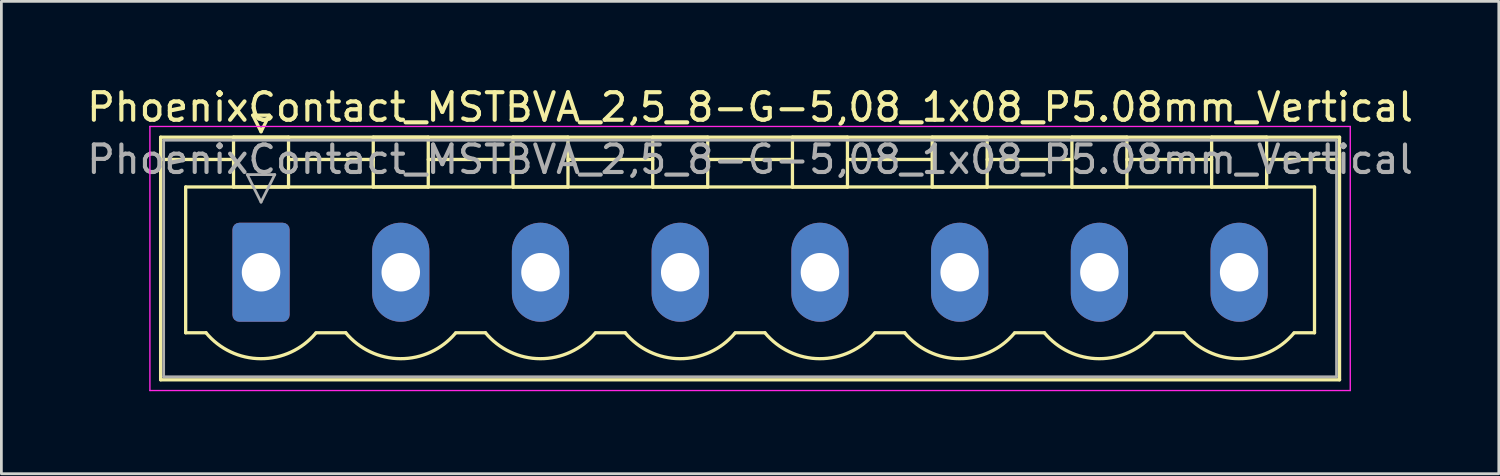
<source format=kicad_pcb>
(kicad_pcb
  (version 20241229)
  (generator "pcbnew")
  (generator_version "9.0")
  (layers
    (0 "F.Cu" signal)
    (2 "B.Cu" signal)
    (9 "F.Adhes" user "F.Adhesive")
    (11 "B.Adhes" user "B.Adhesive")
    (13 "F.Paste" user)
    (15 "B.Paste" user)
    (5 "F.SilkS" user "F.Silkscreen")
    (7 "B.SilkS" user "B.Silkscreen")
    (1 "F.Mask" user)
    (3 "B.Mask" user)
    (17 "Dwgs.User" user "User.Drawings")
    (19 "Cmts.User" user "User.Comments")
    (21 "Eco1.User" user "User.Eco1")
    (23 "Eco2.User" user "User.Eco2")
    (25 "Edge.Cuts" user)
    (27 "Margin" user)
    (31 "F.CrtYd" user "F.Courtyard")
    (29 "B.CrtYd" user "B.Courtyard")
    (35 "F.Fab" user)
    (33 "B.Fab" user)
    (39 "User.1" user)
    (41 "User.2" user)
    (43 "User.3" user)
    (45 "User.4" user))
  (footprint "PhoenixContact_MSTBVA_2,5_8-G-5,08_1x08_P5.08mm_Vertical"
    (layer "F.Cu")
    (at 6.44 6.848)
    (property "Reference" "PhoenixContact_MSTBVA_2,5_8-G-5,08_1x08_P5.08mm_Vertical" (at 17.78 -6 0) (layer "F.SilkS") (effects (font (size 1 1) (thickness 0.15))))
    (attr through_hole)
    (fp_line (start -3.65 -4.91) (end -3.65 3.91) (stroke (width 0.12) (type solid)) (layer "F.SilkS"))
    (fp_line (start -3.65 -4.1) (end -1.11 -4.1) (stroke (width 0.12) (type solid)) (layer "F.SilkS"))
    (fp_line (start -3.65 3.91) (end 39.21 3.91) (stroke (width 0.12) (type solid)) (layer "F.SilkS"))
    (fp_line (start -2.74 -3.1) (end 38.3 -3.1) (stroke (width 0.12) (type solid)) (layer "F.SilkS"))
    (fp_line (start -2.74 2.2) (end -2.74 -3.1) (stroke (width 0.12) (type solid)) (layer "F.SilkS"))
    (fp_line (start -2 2.2) (end -2.74 2.2) (stroke (width 0.12) (type solid)) (layer "F.SilkS"))
    (fp_line (start -1 -4.91) (end 1 -4.91) (stroke (width 0.12) (type solid)) (layer "F.SilkS"))
    (fp_line (start -1 -3.1) (end -1 -4.91) (stroke (width 0.12) (type solid)) (layer "F.SilkS"))
    (fp_line (start -0.3 -5.71) (end 0.3 -5.71) (stroke (width 0.12) (type solid)) (layer "F.SilkS"))
    (fp_line (start 0 -5.11) (end -0.3 -5.71) (stroke (width 0.12) (type solid)) (layer "F.SilkS"))
    (fp_line (start 0.3 -5.71) (end 0 -5.11) (stroke (width 0.12) (type solid)) (layer "F.SilkS"))
    (fp_line (start 1 -4.91) (end 1 -3.1) (stroke (width 0.12) (type solid)) (layer "F.SilkS"))
    (fp_line (start 1 -4.1) (end 4.08 -4.1) (stroke (width 0.12) (type solid)) (layer "F.SilkS"))
    (fp_line (start 1 -3.1) (end -1 -3.1) (stroke (width 0.12) (type solid)) (layer "F.SilkS"))
    (fp_line (start 2 2.2) (end 3.08 2.2) (stroke (width 0.12) (type solid)) (layer "F.SilkS"))
    (fp_line (start 4.08 -4.91) (end 6.08 -4.91) (stroke (width 0.12) (type solid)) (layer "F.SilkS"))
    (fp_line (start 4.08 -3.1) (end 4.08 -4.91) (stroke (width 0.12) (type solid)) (layer "F.SilkS"))
    (fp_line (start 6.08 -4.91) (end 6.08 -3.1) (stroke (width 0.12) (type solid)) (layer "F.SilkS"))
    (fp_line (start 6.08 -4.1) (end 9.16 -4.1) (stroke (width 0.12) (type solid)) (layer "F.SilkS"))
    (fp_line (start 6.08 -3.1) (end 4.08 -3.1) (stroke (width 0.12) (type solid)) (layer "F.SilkS"))
    (fp_line (start 7.08 2.2) (end 8.16 2.2) (stroke (width 0.12) (type solid)) (layer "F.SilkS"))
    (fp_line (start 9.16 -4.91) (end 11.16 -4.91) (stroke (width 0.12) (type solid)) (layer "F.SilkS"))
    (fp_line (start 9.16 -3.1) (end 9.16 -4.91) (stroke (width 0.12) (type solid)) (layer "F.SilkS"))
    (fp_line (start 11.16 -4.91) (end 11.16 -3.1) (stroke (width 0.12) (type solid)) (layer "F.SilkS"))
    (fp_line (start 11.16 -4.1) (end 14.24 -4.1) (stroke (width 0.12) (type solid)) (layer "F.SilkS"))
    (fp_line (start 11.16 -3.1) (end 9.16 -3.1) (stroke (width 0.12) (type solid)) (layer "F.SilkS"))
    (fp_line (start 12.16 2.2) (end 13.24 2.2) (stroke (width 0.12) (type solid)) (layer "F.SilkS"))
    (fp_line (start 14.24 -4.91) (end 16.24 -4.91) (stroke (width 0.12) (type solid)) (layer "F.SilkS"))
    (fp_line (start 14.24 -3.1) (end 14.24 -4.91) (stroke (width 0.12) (type solid)) (layer "F.SilkS"))
    (fp_line (start 16.24 -4.91) (end 16.24 -3.1) (stroke (width 0.12) (type solid)) (layer "F.SilkS"))
    (fp_line (start 16.24 -4.1) (end 19.32 -4.1) (stroke (width 0.12) (type solid)) (layer "F.SilkS"))
    (fp_line (start 16.24 -3.1) (end 14.24 -3.1) (stroke (width 0.12) (type solid)) (layer "F.SilkS"))
    (fp_line (start 17.24 2.2) (end 18.32 2.2) (stroke (width 0.12) (type solid)) (layer "F.SilkS"))
    (fp_line (start 19.32 -4.91) (end 21.32 -4.91) (stroke (width 0.12) (type solid)) (layer "F.SilkS"))
    (fp_line (start 19.32 -3.1) (end 19.32 -4.91) (stroke (width 0.12) (type solid)) (layer "F.SilkS"))
    (fp_line (start 21.32 -4.91) (end 21.32 -3.1) (stroke (width 0.12) (type solid)) (layer "F.SilkS"))
    (fp_line (start 21.32 -4.1) (end 24.4 -4.1) (stroke (width 0.12) (type solid)) (layer "F.SilkS"))
    (fp_line (start 21.32 -3.1) (end 19.32 -3.1) (stroke (width 0.12) (type solid)) (layer "F.SilkS"))
    (fp_line (start 22.32 2.2) (end 23.4 2.2) (stroke (width 0.12) (type solid)) (layer "F.SilkS"))
    (fp_line (start 24.4 -4.91) (end 26.4 -4.91) (stroke (width 0.12) (type solid)) (layer "F.SilkS"))
    (fp_line (start 24.4 -3.1) (end 24.4 -4.91) (stroke (width 0.12) (type solid)) (layer "F.SilkS"))
    (fp_line (start 26.4 -4.91) (end 26.4 -3.1) (stroke (width 0.12) (type solid)) (layer "F.SilkS"))
    (fp_line (start 26.4 -4.1) (end 29.48 -4.1) (stroke (width 0.12) (type solid)) (layer "F.SilkS"))
    (fp_line (start 26.4 -3.1) (end 24.4 -3.1) (stroke (width 0.12) (type solid)) (layer "F.SilkS"))
    (fp_line (start 27.4 2.2) (end 28.48 2.2) (stroke (width 0.12) (type solid)) (layer "F.SilkS"))
    (fp_line (start 29.48 -4.91) (end 31.48 -4.91) (stroke (width 0.12) (type solid)) (layer "F.SilkS"))
    (fp_line (start 29.48 -3.1) (end 29.48 -4.91) (stroke (width 0.12) (type solid)) (layer "F.SilkS"))
    (fp_line (start 31.48 -4.91) (end 31.48 -3.1) (stroke (width 0.12) (type solid)) (layer "F.SilkS"))
    (fp_line (start 31.48 -4.1) (end 34.56 -4.1) (stroke (width 0.12) (type solid)) (layer "F.SilkS"))
    (fp_line (start 31.48 -3.1) (end 29.48 -3.1) (stroke (width 0.12) (type solid)) (layer "F.SilkS"))
    (fp_line (start 32.48 2.2) (end 33.56 2.2) (stroke (width 0.12) (type solid)) (layer "F.SilkS"))
    (fp_line (start 34.56 -4.91) (end 36.56 -4.91) (stroke (width 0.12) (type solid)) (layer "F.SilkS"))
    (fp_line (start 34.56 -3.1) (end 34.56 -4.91) (stroke (width 0.12) (type solid)) (layer "F.SilkS"))
    (fp_line (start 36.56 -4.91) (end 36.56 -3.1) (stroke (width 0.12) (type solid)) (layer "F.SilkS"))
    (fp_line (start 36.56 -3.1) (end 34.56 -3.1) (stroke (width 0.12) (type solid)) (layer "F.SilkS"))
    (fp_line (start 38.3 -3.1) (end 38.3 2.2) (stroke (width 0.12) (type solid)) (layer "F.SilkS"))
    (fp_line (start 38.3 2.2) (end 37.56 2.2) (stroke (width 0.12) (type solid)) (layer "F.SilkS"))
    (fp_line (start 39.21 -4.91) (end -3.65 -4.91) (stroke (width 0.12) (type solid)) (layer "F.SilkS"))
    (fp_line (start 39.21 -4.1) (end 36.67 -4.1) (stroke (width 0.12) (type solid)) (layer "F.SilkS"))
    (fp_line (start 39.21 3.91) (end 39.21 -4.91) (stroke (width 0.12) (type solid)) (layer "F.SilkS"))
    (fp_arc (start 1.986842 2.215821) (mid -0.010289 3.142758) (end -2 2.2) (stroke (width 0.12) (type solid)) (layer "F.SilkS"))
    (fp_arc (start 7.066842 2.215821) (mid 5.069711 3.142758) (end 3.08 2.2) (stroke (width 0.12) (type solid)) (layer "F.SilkS"))
    (fp_arc (start 12.146842 2.215821) (mid 10.149711 3.142758) (end 8.16 2.2) (stroke (width 0.12) (type solid)) (layer "F.SilkS"))
    (fp_arc (start 17.226842 2.215821) (mid 15.229711 3.142758) (end 13.24 2.2) (stroke (width 0.12) (type solid)) (layer "F.SilkS"))
    (fp_arc (start 22.306842 2.215821) (mid 20.309711 3.142758) (end 18.32 2.2) (stroke (width 0.12) (type solid)) (layer "F.SilkS"))
    (fp_arc (start 27.386842 2.215821) (mid 25.389711 3.142758) (end 23.4 2.2) (stroke (width 0.12) (type solid)) (layer "F.SilkS"))
    (fp_arc (start 32.466842 2.215821) (mid 30.469711 3.142758) (end 28.48 2.2) (stroke (width 0.12) (type solid)) (layer "F.SilkS"))
    (fp_arc (start 37.546842 2.215821) (mid 35.549711 3.142758) (end 33.56 2.2) (stroke (width 0.12) (type solid)) (layer "F.SilkS"))
    (fp_line (start -4.04 -5.3) (end -4.04 4.3) (stroke (width 0.05) (type solid)) (layer "F.CrtYd"))
    (fp_line (start -4.04 4.3) (end 39.6 4.3) (stroke (width 0.05) (type solid)) (layer "F.CrtYd"))
    (fp_line (start 39.6 -5.3) (end -4.04 -5.3) (stroke (width 0.05) (type solid)) (layer "F.CrtYd"))
    (fp_line (start 39.6 4.3) (end 39.6 -5.3) (stroke (width 0.05) (type solid)) (layer "F.CrtYd"))
    (fp_line (start -3.54 -4.8) (end -3.54 3.8) (stroke (width 0.1) (type solid)) (layer "F.Fab"))
    (fp_line (start -3.54 3.8) (end 39.1 3.8) (stroke (width 0.1) (type solid)) (layer "F.Fab"))
    (fp_line (start -0.5 -3.55) (end 0.5 -3.55) (stroke (width 0.1) (type solid)) (layer "F.Fab"))
    (fp_line (start 0 -2.55) (end -0.5 -3.55) (stroke (width 0.1) (type solid)) (layer "F.Fab"))
    (fp_line (start 0.5 -3.55) (end 0 -2.55) (stroke (width 0.1) (type solid)) (layer "F.Fab"))
    (fp_line (start 39.1 -4.8) (end -3.54 -4.8) (stroke (width 0.1) (type solid)) (layer "F.Fab"))
    (fp_line (start 39.1 3.8) (end 39.1 -4.8) (stroke (width 0.1) (type solid)) (layer "F.Fab"))
    (fp_text user "${REFERENCE}" (at 17.78 -4.1 0) (layer "F.Fab") (effects (font (size 1 1) (thickness 0.15))))
    (pad "1" thru_hole roundrect (at 0 0) (size 2.08 3.6) (drill 1.4) (layers "*.Cu" "*.Mask") (roundrect_rratio 0.12))
    (pad "2" thru_hole oval (at 5.08 0) (size 2.08 3.6) (drill 1.4) (layers "*.Cu" "*.Mask"))
    (pad "3" thru_hole oval (at 10.16 0) (size 2.08 3.6) (drill 1.4) (layers "*.Cu" "*.Mask"))
    (pad "4" thru_hole oval (at 15.24 0) (size 2.08 3.6) (drill 1.4) (layers "*.Cu" "*.Mask"))
    (pad "5" thru_hole oval (at 20.32 0) (size 2.08 3.6) (drill 1.4) (layers "*.Cu" "*.Mask"))
    (pad "6" thru_hole oval (at 25.4 0) (size 2.08 3.6) (drill 1.4) (layers "*.Cu" "*.Mask"))
    (pad "7" thru_hole oval (at 30.48 0) (size 2.08 3.6) (drill 1.4) (layers "*.Cu" "*.Mask"))
    (pad "8" thru_hole oval (at 35.56 0) (size 2.08 3.6) (drill 1.4) (layers "*.Cu" "*.Mask")))
  (gr_rect
    (start -3 -3)
    (end 51.44 14.173)
    (stroke (width 0.1) (type default))
    (fill no)
    (layer "Edge.Cuts")))
</source>
